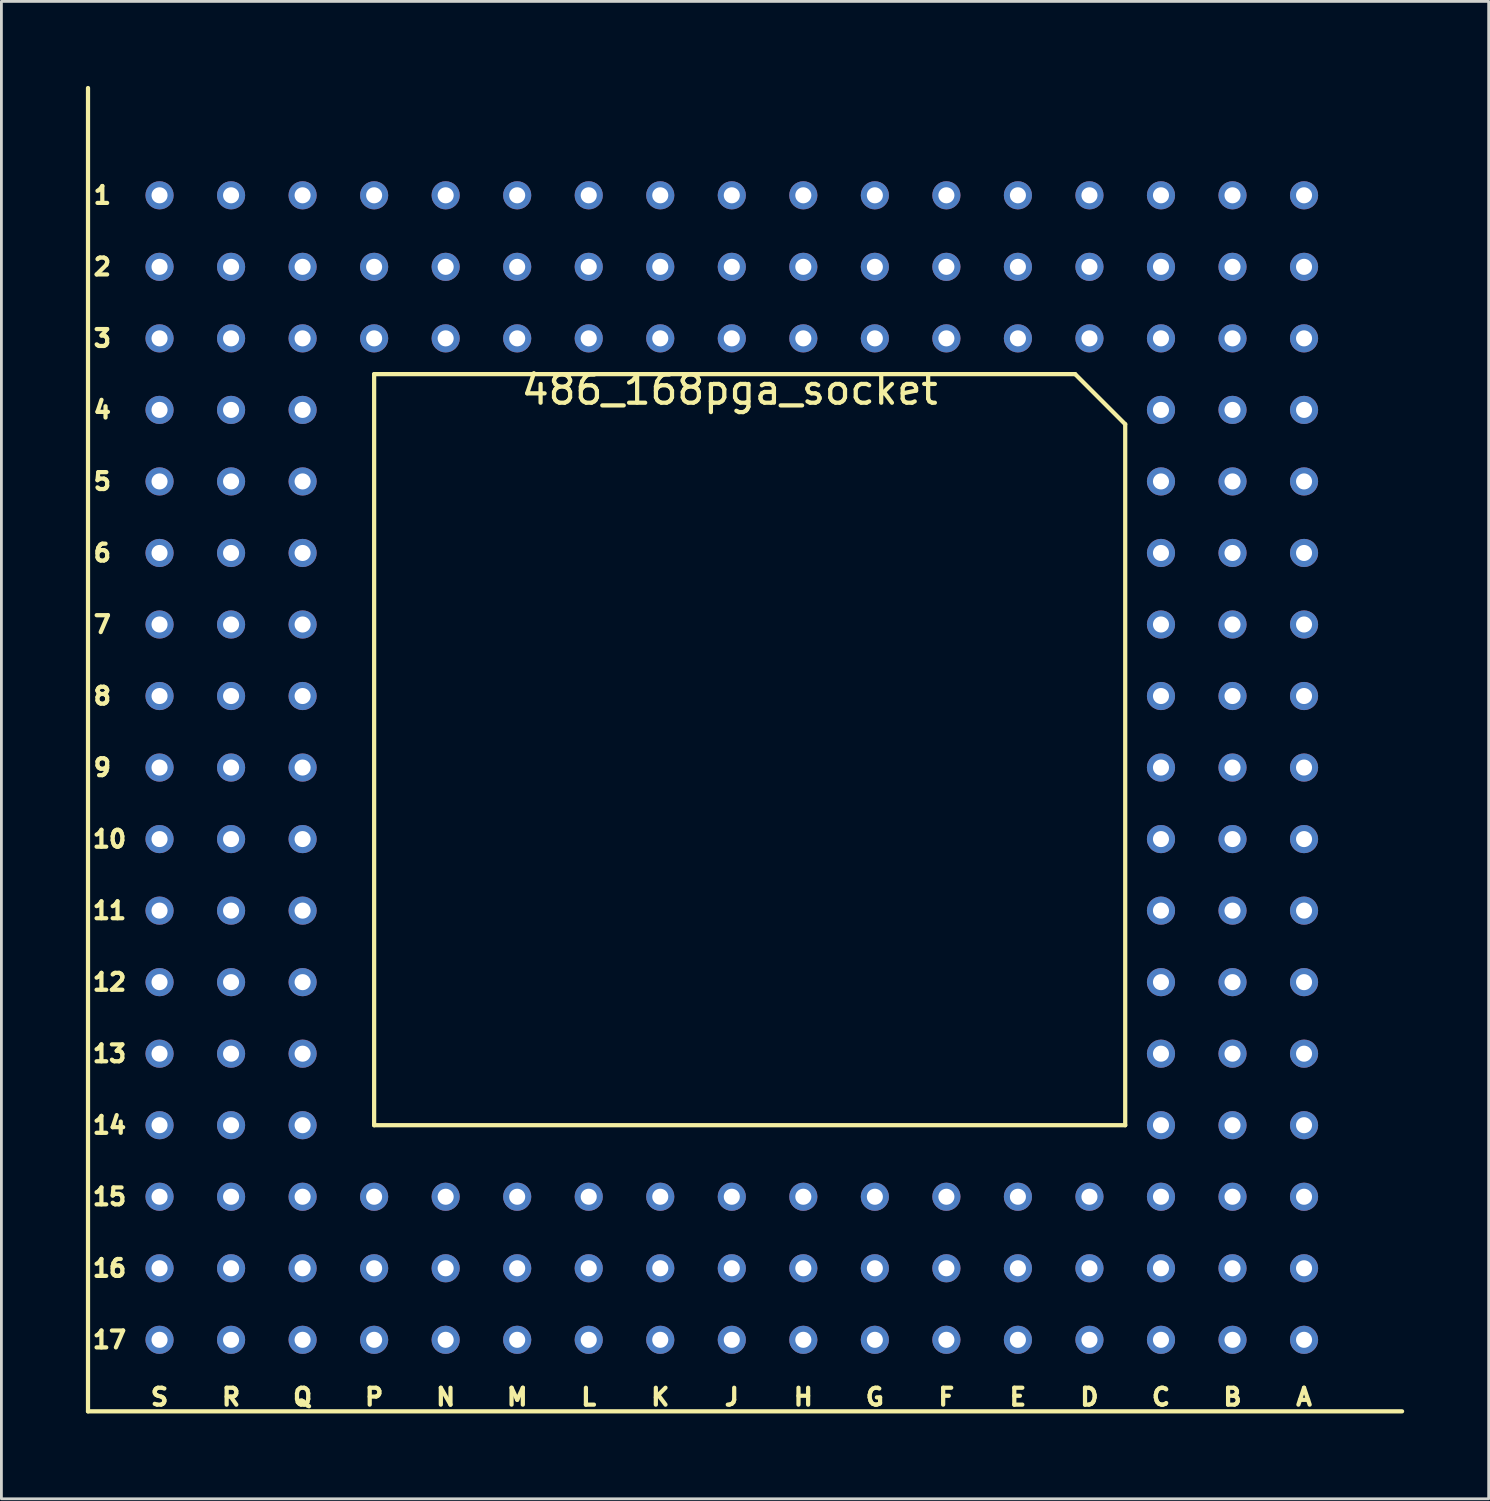
<source format=kicad_pcb>
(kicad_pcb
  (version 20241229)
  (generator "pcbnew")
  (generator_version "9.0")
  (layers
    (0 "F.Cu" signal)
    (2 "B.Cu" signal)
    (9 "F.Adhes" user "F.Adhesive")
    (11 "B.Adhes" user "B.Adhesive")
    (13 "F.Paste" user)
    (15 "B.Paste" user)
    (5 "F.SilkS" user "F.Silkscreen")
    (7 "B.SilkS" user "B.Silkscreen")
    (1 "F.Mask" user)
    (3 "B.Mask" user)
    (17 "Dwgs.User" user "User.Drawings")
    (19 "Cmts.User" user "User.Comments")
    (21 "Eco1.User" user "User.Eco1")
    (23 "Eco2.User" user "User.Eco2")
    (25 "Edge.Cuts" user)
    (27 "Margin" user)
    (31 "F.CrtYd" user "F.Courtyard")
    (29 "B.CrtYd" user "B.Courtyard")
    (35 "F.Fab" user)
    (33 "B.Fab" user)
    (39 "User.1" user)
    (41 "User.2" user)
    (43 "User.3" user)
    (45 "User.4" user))
  (footprint "486_168pga_socket"
    (layer "F.Cu")
    (at 43.255 3.885)
    (property "Reference" "486_168pga_socket" (at -20.395 6.91 0) (layer "F.SilkS") (effects (font (size 1 1) (thickness 0.15))))
    (attr through_hole)
    (fp_line (start -43.18 43.18) (end -43.18 -3.81) (stroke (width 0.15) (type solid)) (layer "F.SilkS"))
    (fp_line (start -33.02 6.35) (end -33.02 33.02) (stroke (width 0.15) (type solid)) (layer "F.SilkS"))
    (fp_line (start -33.02 33.02) (end -6.35 33.02) (stroke (width 0.15) (type solid)) (layer "F.SilkS"))
    (fp_line (start -8.128 6.35) (end -33.02 6.35) (stroke (width 0.15) (type solid)) (layer "F.SilkS"))
    (fp_line (start -8.128 6.35) (end -6.35 8.128) (stroke (width 0.15) (type solid)) (layer "F.SilkS"))
    (fp_line (start -6.35 33.02) (end -6.35 8.128) (stroke (width 0.15) (type solid)) (layer "F.SilkS"))
    (fp_line (start 3.481 43.18) (end -43.18 43.18) (stroke (width 0.15) (type solid)) (layer "F.SilkS"))
    (fp_text user "E" (at -10.16 42.672 0) (layer "F.SilkS") (effects (font (size 0.6 0.6) (thickness 0.15))))
    (fp_text user "4" (at -42.672 7.62 0) (layer "F.SilkS") (effects (font (size 0.6 0.6) (thickness 0.15))))
    (fp_text user "C" (at -5.08 42.672 0) (layer "F.SilkS") (effects (font (size 0.6 0.6) (thickness 0.15))))
    (fp_text user "2" (at -42.672 2.54 0) (layer "F.SilkS") (effects (font (size 0.6 0.6) (thickness 0.15))))
    (fp_text user "H" (at -17.78 42.672 0) (layer "F.SilkS") (effects (font (size 0.6 0.6) (thickness 0.15))))
    (fp_text user "9" (at -42.672 20.32 0) (layer "F.SilkS") (effects (font (size 0.6 0.6) (thickness 0.15))))
    (fp_text user "6" (at -42.672 12.7 0) (layer "F.SilkS") (effects (font (size 0.6 0.6) (thickness 0.15))))
    (fp_text user "B" (at -2.54 42.672 0) (layer "F.SilkS") (effects (font (size 0.6 0.6) (thickness 0.15))))
    (fp_text user "17" (at -42.418 40.64 0) (layer "F.SilkS") (effects (font (size 0.6 0.6) (thickness 0.15))))
    (fp_text user "L" (at -25.4 42.672 0) (layer "F.SilkS") (effects (font (size 0.6 0.6) (thickness 0.15))))
    (fp_text user "P" (at -33.02 42.672 0) (layer "F.SilkS") (effects (font (size 0.6 0.6) (thickness 0.15))))
    (fp_text user "F" (at -12.7 42.672 0) (layer "F.SilkS") (effects (font (size 0.6 0.6) (thickness 0.15))))
    (fp_text user "13" (at -42.418 30.48 0) (layer "F.SilkS") (effects (font (size 0.6 0.6) (thickness 0.15))))
    (fp_text user "K" (at -22.86 42.672 0) (layer "F.SilkS") (effects (font (size 0.6 0.6) (thickness 0.15))))
    (fp_text user "Q" (at -35.56 42.672 0) (layer "F.SilkS") (effects (font (size 0.6 0.6) (thickness 0.15))))
    (fp_text user "12" (at -42.418 27.94 0) (layer "F.SilkS") (effects (font (size 0.6 0.6) (thickness 0.15))))
    (fp_text user "7" (at -42.672 15.24 0) (layer "F.SilkS") (effects (font (size 0.6 0.6) (thickness 0.15))))
    (fp_text user "1" (at -42.672 0 0) (layer "F.SilkS") (effects (font (size 0.6 0.6) (thickness 0.15))))
    (fp_text user "3" (at -42.672 5.08 0) (layer "F.SilkS") (effects (font (size 0.6 0.6) (thickness 0.15))))
    (fp_text user "J" (at -20.32 42.672 0) (layer "F.SilkS") (effects (font (size 0.6 0.6) (thickness 0.15))))
    (fp_text user "5" (at -42.672 10.16 0) (layer "F.SilkS") (effects (font (size 0.6 0.6) (thickness 0.15))))
    (fp_text user "8" (at -42.672 17.78 0) (layer "F.SilkS") (effects (font (size 0.6 0.6) (thickness 0.15))))
    (fp_text user "M" (at -27.94 42.672 0) (layer "F.SilkS") (effects (font (size 0.6 0.6) (thickness 0.15))))
    (fp_text user "16" (at -42.418 38.1 0) (layer "F.SilkS") (effects (font (size 0.6 0.6) (thickness 0.15))))
    (fp_text user "15" (at -42.418 35.56 0) (layer "F.SilkS") (effects (font (size 0.6 0.6) (thickness 0.15))))
    (fp_text user "N" (at -30.48 42.672 0) (layer "F.SilkS") (effects (font (size 0.6 0.6) (thickness 0.15))))
    (fp_text user "A" (at 0 42.672 0) (layer "F.SilkS") (effects (font (size 0.6 0.6) (thickness 0.15))))
    (fp_text user "14" (at -42.418 33.02 0) (layer "F.SilkS") (effects (font (size 0.6 0.6) (thickness 0.15))))
    (fp_text user "G" (at -15.24 42.672 0) (layer "F.SilkS") (effects (font (size 0.6 0.6) (thickness 0.15))))
    (fp_text user "10" (at -42.418 22.86 0) (layer "F.SilkS") (effects (font (size 0.6 0.6) (thickness 0.15))))
    (fp_text user "S" (at -40.64 42.672 0) (layer "F.SilkS") (effects (font (size 0.6 0.6) (thickness 0.15))))
    (fp_text user "D" (at -7.62 42.672 0) (layer "F.SilkS") (effects (font (size 0.6 0.6) (thickness 0.15))))
    (fp_text user "R" (at -38.1 42.672 0) (layer "F.SilkS") (effects (font (size 0.6 0.6) (thickness 0.15))))
    (fp_text user "11" (at -42.418 25.4 0) (layer "F.SilkS") (effects (font (size 0.6 0.6) (thickness 0.15))))
    (pad "A1" thru_hole circle (at 0 0) (size 1 1) (drill 0.57) (layers "*.Cu" "*.Mask"))
    (pad "A2" thru_hole circle (at 0 2.54) (size 1 1) (drill 0.57) (layers "*.Cu" "*.Mask"))
    (pad "A3" thru_hole circle (at 0 5.08) (size 1 1) (drill 0.57) (layers "*.Cu" "*.Mask"))
    (pad "A4" thru_hole circle (at 0 7.62) (size 1 1) (drill 0.57) (layers "*.Cu" "*.Mask"))
    (pad "A5" thru_hole circle (at 0 10.16) (size 1 1) (drill 0.57) (layers "*.Cu" "*.Mask"))
    (pad "A6" thru_hole circle (at 0 12.7) (size 1 1) (drill 0.57) (layers "*.Cu" "*.Mask"))
    (pad "A7" thru_hole circle (at 0 15.24) (size 1 1) (drill 0.57) (layers "*.Cu" "*.Mask"))
    (pad "A8" thru_hole circle (at 0 17.78) (size 1 1) (drill 0.57) (layers "*.Cu" "*.Mask"))
    (pad "A9" thru_hole circle (at 0 20.32) (size 1 1) (drill 0.57) (layers "*.Cu" "*.Mask"))
    (pad "A10" thru_hole circle (at 0 22.86) (size 1 1) (drill 0.57) (layers "*.Cu" "*.Mask"))
    (pad "A11" thru_hole circle (at 0 25.4) (size 1 1) (drill 0.57) (layers "*.Cu" "*.Mask"))
    (pad "A12" thru_hole circle (at 0 27.94) (size 1 1) (drill 0.57) (layers "*.Cu" "*.Mask"))
    (pad "A13" thru_hole circle (at 0 30.48) (size 1 1) (drill 0.57) (layers "*.Cu" "*.Mask"))
    (pad "A14" thru_hole circle (at 0 33.02) (size 1 1) (drill 0.57) (layers "*.Cu" "*.Mask"))
    (pad "A15" thru_hole circle (at 0 35.56) (size 1 1) (drill 0.57) (layers "*.Cu" "*.Mask"))
    (pad "A16" thru_hole circle (at 0 38.1) (size 1 1) (drill 0.57) (layers "*.Cu" "*.Mask"))
    (pad "A17" thru_hole circle (at 0 40.64) (size 1 1) (drill 0.57) (layers "*.Cu" "*.Mask"))
    (pad "B1" thru_hole circle (at -2.54 0) (size 1 1) (drill 0.57) (layers "*.Cu" "*.Mask"))
    (pad "B2" thru_hole circle (at -2.54 2.54) (size 1 1) (drill 0.57) (layers "*.Cu" "*.Mask"))
    (pad "B3" thru_hole circle (at -2.54 5.08) (size 1 1) (drill 0.57) (layers "*.Cu" "*.Mask"))
    (pad "B4" thru_hole circle (at -2.54 7.62) (size 1 1) (drill 0.57) (layers "*.Cu" "*.Mask"))
    (pad "B5" thru_hole circle (at -2.54 10.16) (size 1 1) (drill 0.57) (layers "*.Cu" "*.Mask"))
    (pad "B6" thru_hole circle (at -2.54 12.7) (size 1 1) (drill 0.57) (layers "*.Cu" "*.Mask"))
    (pad "B7" thru_hole circle (at -2.54 15.24) (size 1 1) (drill 0.57) (layers "*.Cu" "*.Mask"))
    (pad "B8" thru_hole circle (at -2.54 17.78) (size 1 1) (drill 0.57) (layers "*.Cu" "*.Mask"))
    (pad "B9" thru_hole circle (at -2.54 20.32) (size 1 1) (drill 0.57) (layers "*.Cu" "*.Mask"))
    (pad "B10" thru_hole circle (at -2.54 22.86) (size 1 1) (drill 0.57) (layers "*.Cu" "*.Mask"))
    (pad "B11" thru_hole circle (at -2.54 25.4) (size 1 1) (drill 0.57) (layers "*.Cu" "*.Mask"))
    (pad "B12" thru_hole circle (at -2.54 27.94) (size 1 1) (drill 0.57) (layers "*.Cu" "*.Mask"))
    (pad "B13" thru_hole circle (at -2.54 30.48) (size 1 1) (drill 0.57) (layers "*.Cu" "*.Mask"))
    (pad "B14" thru_hole circle (at -2.54 33.02) (size 1 1) (drill 0.57) (layers "*.Cu" "*.Mask"))
    (pad "B15" thru_hole circle (at -2.54 35.56) (size 1 1) (drill 0.57) (layers "*.Cu" "*.Mask"))
    (pad "B16" thru_hole circle (at -2.54 38.1) (size 1 1) (drill 0.57) (layers "*.Cu" "*.Mask"))
    (pad "B17" thru_hole circle (at -2.54 40.64) (size 1 1) (drill 0.57) (layers "*.Cu" "*.Mask"))
    (pad "C1" thru_hole circle (at -5.08 0) (size 1 1) (drill 0.57) (layers "*.Cu" "*.Mask"))
    (pad "C2" thru_hole circle (at -5.08 2.54) (size 1 1) (drill 0.57) (layers "*.Cu" "*.Mask"))
    (pad "C3" thru_hole circle (at -5.08 5.08) (size 1 1) (drill 0.57) (layers "*.Cu" "*.Mask"))
    (pad "C4" thru_hole circle (at -5.08 7.62) (size 1 1) (drill 0.57) (layers "*.Cu" "*.Mask"))
    (pad "C5" thru_hole circle (at -5.08 10.16) (size 1 1) (drill 0.57) (layers "*.Cu" "*.Mask"))
    (pad "C6" thru_hole circle (at -5.08 12.7) (size 1 1) (drill 0.57) (layers "*.Cu" "*.Mask"))
    (pad "C7" thru_hole circle (at -5.08 15.24) (size 1 1) (drill 0.57) (layers "*.Cu" "*.Mask"))
    (pad "C8" thru_hole circle (at -5.08 17.78) (size 1 1) (drill 0.57) (layers "*.Cu" "*.Mask"))
    (pad "C9" thru_hole circle (at -5.08 20.32) (size 1 1) (drill 0.57) (layers "*.Cu" "*.Mask"))
    (pad "C10" thru_hole circle (at -5.08 22.86) (size 1 1) (drill 0.57) (layers "*.Cu" "*.Mask"))
    (pad "C11" thru_hole circle (at -5.08 25.4) (size 1 1) (drill 0.57) (layers "*.Cu" "*.Mask"))
    (pad "C12" thru_hole circle (at -5.08 27.94) (size 1 1) (drill 0.57) (layers "*.Cu" "*.Mask"))
    (pad "C13" thru_hole circle (at -5.08 30.48) (size 1 1) (drill 0.57) (layers "*.Cu" "*.Mask"))
    (pad "C14" thru_hole circle (at -5.08 33.02) (size 1 1) (drill 0.57) (layers "*.Cu" "*.Mask"))
    (pad "C15" thru_hole circle (at -5.08 35.56) (size 1 1) (drill 0.57) (layers "*.Cu" "*.Mask"))
    (pad "C16" thru_hole circle (at -5.08 38.1) (size 1 1) (drill 0.57) (layers "*.Cu" "*.Mask"))
    (pad "C17" thru_hole circle (at -5.08 40.64) (size 1 1) (drill 0.57) (layers "*.Cu" "*.Mask"))
    (pad "D1" thru_hole circle (at -7.62 0) (size 1 1) (drill 0.57) (layers "*.Cu" "*.Mask"))
    (pad "D2" thru_hole circle (at -7.62 2.54) (size 1 1) (drill 0.57) (layers "*.Cu" "*.Mask"))
    (pad "D3" thru_hole circle (at -7.62 5.08) (size 1 1) (drill 0.57) (layers "*.Cu" "*.Mask"))
    (pad "D15" thru_hole circle (at -7.62 35.56) (size 1 1) (drill 0.57) (layers "*.Cu" "*.Mask"))
    (pad "D16" thru_hole circle (at -7.62 38.1) (size 1 1) (drill 0.57) (layers "*.Cu" "*.Mask"))
    (pad "D17" thru_hole circle (at -7.62 40.64) (size 1 1) (drill 0.57) (layers "*.Cu" "*.Mask"))
    (pad "E1" thru_hole circle (at -10.16 0) (size 1 1) (drill 0.57) (layers "*.Cu" "*.Mask"))
    (pad "E2" thru_hole circle (at -10.16 2.54) (size 1 1) (drill 0.57) (layers "*.Cu" "*.Mask"))
    (pad "E3" thru_hole circle (at -10.16 5.08) (size 1 1) (drill 0.57) (layers "*.Cu" "*.Mask"))
    (pad "E15" thru_hole circle (at -10.16 35.56) (size 1 1) (drill 0.57) (layers "*.Cu" "*.Mask"))
    (pad "E16" thru_hole circle (at -10.16 38.1) (size 1 1) (drill 0.57) (layers "*.Cu" "*.Mask"))
    (pad "E17" thru_hole circle (at -10.16 40.64) (size 1 1) (drill 0.57) (layers "*.Cu" "*.Mask"))
    (pad "F1" thru_hole circle (at -12.7 0) (size 1 1) (drill 0.57) (layers "*.Cu" "*.Mask"))
    (pad "F2" thru_hole circle (at -12.7 2.54) (size 1 1) (drill 0.57) (layers "*.Cu" "*.Mask"))
    (pad "F3" thru_hole circle (at -12.7 5.08) (size 1 1) (drill 0.57) (layers "*.Cu" "*.Mask"))
    (pad "F15" thru_hole circle (at -12.7 35.56) (size 1 1) (drill 0.57) (layers "*.Cu" "*.Mask"))
    (pad "F16" thru_hole circle (at -12.7 38.1) (size 1 1) (drill 0.57) (layers "*.Cu" "*.Mask"))
    (pad "F17" thru_hole circle (at -12.7 40.64) (size 1 1) (drill 0.57) (layers "*.Cu" "*.Mask"))
    (pad "G1" thru_hole circle (at -15.24 0) (size 1 1) (drill 0.57) (layers "*.Cu" "*.Mask"))
    (pad "G2" thru_hole circle (at -15.24 2.54) (size 1 1) (drill 0.57) (layers "*.Cu" "*.Mask"))
    (pad "G3" thru_hole circle (at -15.24 5.08) (size 1 1) (drill 0.57) (layers "*.Cu" "*.Mask"))
    (pad "G15" thru_hole circle (at -15.24 35.56) (size 1 1) (drill 0.57) (layers "*.Cu" "*.Mask"))
    (pad "G16" thru_hole circle (at -15.24 38.1) (size 1 1) (drill 0.57) (layers "*.Cu" "*.Mask"))
    (pad "G17" thru_hole circle (at -15.24 40.64) (size 1 1) (drill 0.57) (layers "*.Cu" "*.Mask"))
    (pad "H1" thru_hole circle (at -17.78 0) (size 1 1) (drill 0.57) (layers "*.Cu" "*.Mask"))
    (pad "H2" thru_hole circle (at -17.78 2.54) (size 1 1) (drill 0.57) (layers "*.Cu" "*.Mask"))
    (pad "H3" thru_hole circle (at -17.78 5.08) (size 1 1) (drill 0.57) (layers "*.Cu" "*.Mask"))
    (pad "H15" thru_hole circle (at -17.78 35.56) (size 1 1) (drill 0.57) (layers "*.Cu" "*.Mask"))
    (pad "H16" thru_hole circle (at -17.78 38.1) (size 1 1) (drill 0.57) (layers "*.Cu" "*.Mask"))
    (pad "H17" thru_hole circle (at -17.78 40.64) (size 1 1) (drill 0.57) (layers "*.Cu" "*.Mask"))
    (pad "J1" thru_hole circle (at -20.32 0) (size 1 1) (drill 0.57) (layers "*.Cu" "*.Mask"))
    (pad "J2" thru_hole circle (at -20.32 2.54) (size 1 1) (drill 0.57) (layers "*.Cu" "*.Mask"))
    (pad "J3" thru_hole circle (at -20.32 5.08) (size 1 1) (drill 0.57) (layers "*.Cu" "*.Mask"))
    (pad "J15" thru_hole circle (at -20.32 35.56) (size 1 1) (drill 0.57) (layers "*.Cu" "*.Mask"))
    (pad "J16" thru_hole circle (at -20.32 38.1) (size 1 1) (drill 0.57) (layers "*.Cu" "*.Mask"))
    (pad "J17" thru_hole circle (at -20.32 40.64) (size 1 1) (drill 0.57) (layers "*.Cu" "*.Mask"))
    (pad "K1" thru_hole circle (at -22.86 0) (size 1 1) (drill 0.57) (layers "*.Cu" "*.Mask"))
    (pad "K2" thru_hole circle (at -22.86 2.54) (size 1 1) (drill 0.57) (layers "*.Cu" "*.Mask"))
    (pad "K3" thru_hole circle (at -22.86 5.08) (size 1 1) (drill 0.57) (layers "*.Cu" "*.Mask"))
    (pad "K15" thru_hole circle (at -22.86 35.56) (size 1 1) (drill 0.57) (layers "*.Cu" "*.Mask"))
    (pad "K16" thru_hole circle (at -22.86 38.1) (size 1 1) (drill 0.57) (layers "*.Cu" "*.Mask"))
    (pad "K17" thru_hole circle (at -22.86 40.64) (size 1 1) (drill 0.57) (layers "*.Cu" "*.Mask"))
    (pad "L1" thru_hole circle (at -25.4 0) (size 1 1) (drill 0.57) (layers "*.Cu" "*.Mask"))
    (pad "L2" thru_hole circle (at -25.4 2.54) (size 1 1) (drill 0.57) (layers "*.Cu" "*.Mask"))
    (pad "L3" thru_hole circle (at -25.4 5.08) (size 1 1) (drill 0.57) (layers "*.Cu" "*.Mask"))
    (pad "L15" thru_hole circle (at -25.4 35.56) (size 1 1) (drill 0.57) (layers "*.Cu" "*.Mask"))
    (pad "L16" thru_hole circle (at -25.4 38.1) (size 1 1) (drill 0.57) (layers "*.Cu" "*.Mask"))
    (pad "L17" thru_hole circle (at -25.4 40.64) (size 1 1) (drill 0.57) (layers "*.Cu" "*.Mask"))
    (pad "M1" thru_hole circle (at -27.94 0) (size 1 1) (drill 0.57) (layers "*.Cu" "*.Mask"))
    (pad "M2" thru_hole circle (at -27.94 2.54) (size 1 1) (drill 0.57) (layers "*.Cu" "*.Mask"))
    (pad "M3" thru_hole circle (at -27.94 5.08) (size 1 1) (drill 0.57) (layers "*.Cu" "*.Mask"))
    (pad "M15" thru_hole circle (at -27.94 35.56) (size 1 1) (drill 0.57) (layers "*.Cu" "*.Mask"))
    (pad "M16" thru_hole circle (at -27.94 38.1) (size 1 1) (drill 0.57) (layers "*.Cu" "*.Mask"))
    (pad "M17" thru_hole circle (at -27.94 40.64) (size 1 1) (drill 0.57) (layers "*.Cu" "*.Mask"))
    (pad "N1" thru_hole circle (at -30.48 0) (size 1 1) (drill 0.57) (layers "*.Cu" "*.Mask"))
    (pad "N2" thru_hole circle (at -30.48 2.54) (size 1 1) (drill 0.57) (layers "*.Cu" "*.Mask"))
    (pad "N3" thru_hole circle (at -30.48 5.08) (size 1 1) (drill 0.57) (layers "*.Cu" "*.Mask"))
    (pad "N15" thru_hole circle (at -30.48 35.56) (size 1 1) (drill 0.57) (layers "*.Cu" "*.Mask"))
    (pad "N16" thru_hole circle (at -30.48 38.1) (size 1 1) (drill 0.57) (layers "*.Cu" "*.Mask"))
    (pad "N17" thru_hole circle (at -30.48 40.64) (size 1 1) (drill 0.57) (layers "*.Cu" "*.Mask"))
    (pad "P1" thru_hole circle (at -33.02 0) (size 1 1) (drill 0.57) (layers "*.Cu" "*.Mask"))
    (pad "P2" thru_hole circle (at -33.02 2.54) (size 1 1) (drill 0.57) (layers "*.Cu" "*.Mask"))
    (pad "P3" thru_hole circle (at -33.02 5.08) (size 1 1) (drill 0.57) (layers "*.Cu" "*.Mask"))
    (pad "P15" thru_hole circle (at -33.02 35.56) (size 1 1) (drill 0.57) (layers "*.Cu" "*.Mask"))
    (pad "P16" thru_hole circle (at -33.02 38.1) (size 1 1) (drill 0.57) (layers "*.Cu" "*.Mask"))
    (pad "P17" thru_hole circle (at -33.02 40.64) (size 1 1) (drill 0.57) (layers "*.Cu" "*.Mask"))
    (pad "Q1" thru_hole circle (at -35.56 0) (size 1 1) (drill 0.57) (layers "*.Cu" "*.Mask"))
    (pad "Q2" thru_hole circle (at -35.56 2.54) (size 1 1) (drill 0.57) (layers "*.Cu" "*.Mask"))
    (pad "Q3" thru_hole circle (at -35.56 5.08) (size 1 1) (drill 0.57) (layers "*.Cu" "*.Mask"))
    (pad "Q4" thru_hole circle (at -35.56 7.62) (size 1 1) (drill 0.57) (layers "*.Cu" "*.Mask"))
    (pad "Q5" thru_hole circle (at -35.56 10.16) (size 1 1) (drill 0.57) (layers "*.Cu" "*.Mask"))
    (pad "Q6" thru_hole circle (at -35.56 12.7) (size 1 1) (drill 0.57) (layers "*.Cu" "*.Mask"))
    (pad "Q7" thru_hole circle (at -35.56 15.24) (size 1 1) (drill 0.57) (layers "*.Cu" "*.Mask"))
    (pad "Q8" thru_hole circle (at -35.56 17.78) (size 1 1) (drill 0.57) (layers "*.Cu" "*.Mask"))
    (pad "Q9" thru_hole circle (at -35.56 20.32) (size 1 1) (drill 0.57) (layers "*.Cu" "*.Mask"))
    (pad "Q10" thru_hole circle (at -35.56 22.86) (size 1 1) (drill 0.57) (layers "*.Cu" "*.Mask"))
    (pad "Q11" thru_hole circle (at -35.56 25.4) (size 1 1) (drill 0.57) (layers "*.Cu" "*.Mask"))
    (pad "Q12" thru_hole circle (at -35.56 27.94) (size 1 1) (drill 0.57) (layers "*.Cu" "*.Mask"))
    (pad "Q13" thru_hole circle (at -35.56 30.48) (size 1 1) (drill 0.57) (layers "*.Cu" "*.Mask"))
    (pad "Q14" thru_hole circle (at -35.56 33.02) (size 1 1) (drill 0.57) (layers "*.Cu" "*.Mask"))
    (pad "Q15" thru_hole circle (at -35.56 35.56) (size 1 1) (drill 0.57) (layers "*.Cu" "*.Mask"))
    (pad "Q16" thru_hole circle (at -35.56 38.1) (size 1 1) (drill 0.57) (layers "*.Cu" "*.Mask"))
    (pad "Q17" thru_hole circle (at -35.56 40.64) (size 1 1) (drill 0.57) (layers "*.Cu" "*.Mask"))
    (pad "R1" thru_hole circle (at -38.1 0) (size 1 1) (drill 0.57) (layers "*.Cu" "*.Mask"))
    (pad "R2" thru_hole circle (at -38.1 2.54) (size 1 1) (drill 0.57) (layers "*.Cu" "*.Mask"))
    (pad "R3" thru_hole circle (at -38.1 5.08) (size 1 1) (drill 0.57) (layers "*.Cu" "*.Mask"))
    (pad "R4" thru_hole circle (at -38.1 7.62) (size 1 1) (drill 0.57) (layers "*.Cu" "*.Mask"))
    (pad "R5" thru_hole circle (at -38.1 10.16) (size 1 1) (drill 0.57) (layers "*.Cu" "*.Mask"))
    (pad "R6" thru_hole circle (at -38.1 12.7) (size 1 1) (drill 0.57) (layers "*.Cu" "*.Mask"))
    (pad "R7" thru_hole circle (at -38.1 15.24) (size 1 1) (drill 0.57) (layers "*.Cu" "*.Mask"))
    (pad "R8" thru_hole circle (at -38.1 17.78) (size 1 1) (drill 0.57) (layers "*.Cu" "*.Mask"))
    (pad "R9" thru_hole circle (at -38.1 20.32) (size 1 1) (drill 0.57) (layers "*.Cu" "*.Mask"))
    (pad "R10" thru_hole circle (at -38.1 22.86) (size 1 1) (drill 0.57) (layers "*.Cu" "*.Mask"))
    (pad "R11" thru_hole circle (at -38.1 25.4) (size 1 1) (drill 0.57) (layers "*.Cu" "*.Mask"))
    (pad "R12" thru_hole circle (at -38.1 27.94) (size 1 1) (drill 0.57) (layers "*.Cu" "*.Mask"))
    (pad "R13" thru_hole circle (at -38.1 30.48) (size 1 1) (drill 0.57) (layers "*.Cu" "*.Mask"))
    (pad "R14" thru_hole circle (at -38.1 33.02) (size 1 1) (drill 0.57) (layers "*.Cu" "*.Mask"))
    (pad "R15" thru_hole circle (at -38.1 35.56) (size 1 1) (drill 0.57) (layers "*.Cu" "*.Mask"))
    (pad "R16" thru_hole circle (at -38.1 38.1) (size 1 1) (drill 0.57) (layers "*.Cu" "*.Mask"))
    (pad "R17" thru_hole circle (at -38.1 40.64) (size 1 1) (drill 0.57) (layers "*.Cu" "*.Mask"))
    (pad "S1" thru_hole circle (at -40.64 0) (size 1 1) (drill 0.57) (layers "*.Cu" "*.Mask"))
    (pad "S2" thru_hole circle (at -40.64 2.54) (size 1 1) (drill 0.57) (layers "*.Cu" "*.Mask"))
    (pad "S3" thru_hole circle (at -40.64 5.08) (size 1 1) (drill 0.57) (layers "*.Cu" "*.Mask"))
    (pad "S4" thru_hole circle (at -40.64 7.62) (size 1 1) (drill 0.57) (layers "*.Cu" "*.Mask"))
    (pad "S5" thru_hole circle (at -40.64 10.16) (size 1 1) (drill 0.57) (layers "*.Cu" "*.Mask"))
    (pad "S6" thru_hole circle (at -40.64 12.7) (size 1 1) (drill 0.57) (layers "*.Cu" "*.Mask"))
    (pad "S7" thru_hole circle (at -40.64 15.24) (size 1 1) (drill 0.57) (layers "*.Cu" "*.Mask"))
    (pad "S8" thru_hole circle (at -40.64 17.78) (size 1 1) (drill 0.57) (layers "*.Cu" "*.Mask"))
    (pad "S9" thru_hole circle (at -40.64 20.32) (size 1 1) (drill 0.57) (layers "*.Cu" "*.Mask"))
    (pad "S10" thru_hole circle (at -40.64 22.86) (size 1 1) (drill 0.57) (layers "*.Cu" "*.Mask"))
    (pad "S11" thru_hole circle (at -40.64 25.4) (size 1 1) (drill 0.57) (layers "*.Cu" "*.Mask"))
    (pad "S12" thru_hole circle (at -40.64 27.94) (size 1 1) (drill 0.57) (layers "*.Cu" "*.Mask"))
    (pad "S13" thru_hole circle (at -40.64 30.48) (size 1 1) (drill 0.57) (layers "*.Cu" "*.Mask"))
    (pad "S14" thru_hole circle (at -40.64 33.02) (size 1 1) (drill 0.57) (layers "*.Cu" "*.Mask"))
    (pad "S15" thru_hole circle (at -40.64 35.56) (size 1 1) (drill 0.57) (layers "*.Cu" "*.Mask"))
    (pad "S16" thru_hole circle (at -40.64 38.1) (size 1 1) (drill 0.57) (layers "*.Cu" "*.Mask"))
    (pad "S17" thru_hole circle (at -40.64 40.64) (size 1 1) (drill 0.57) (layers "*.Cu" "*.Mask")))
  (gr_rect
    (start -3 -3)
    (end 49.811 50.171)
    (stroke (width 0.1) (type default))
    (fill no)
    (layer "Edge.Cuts")))
</source>
